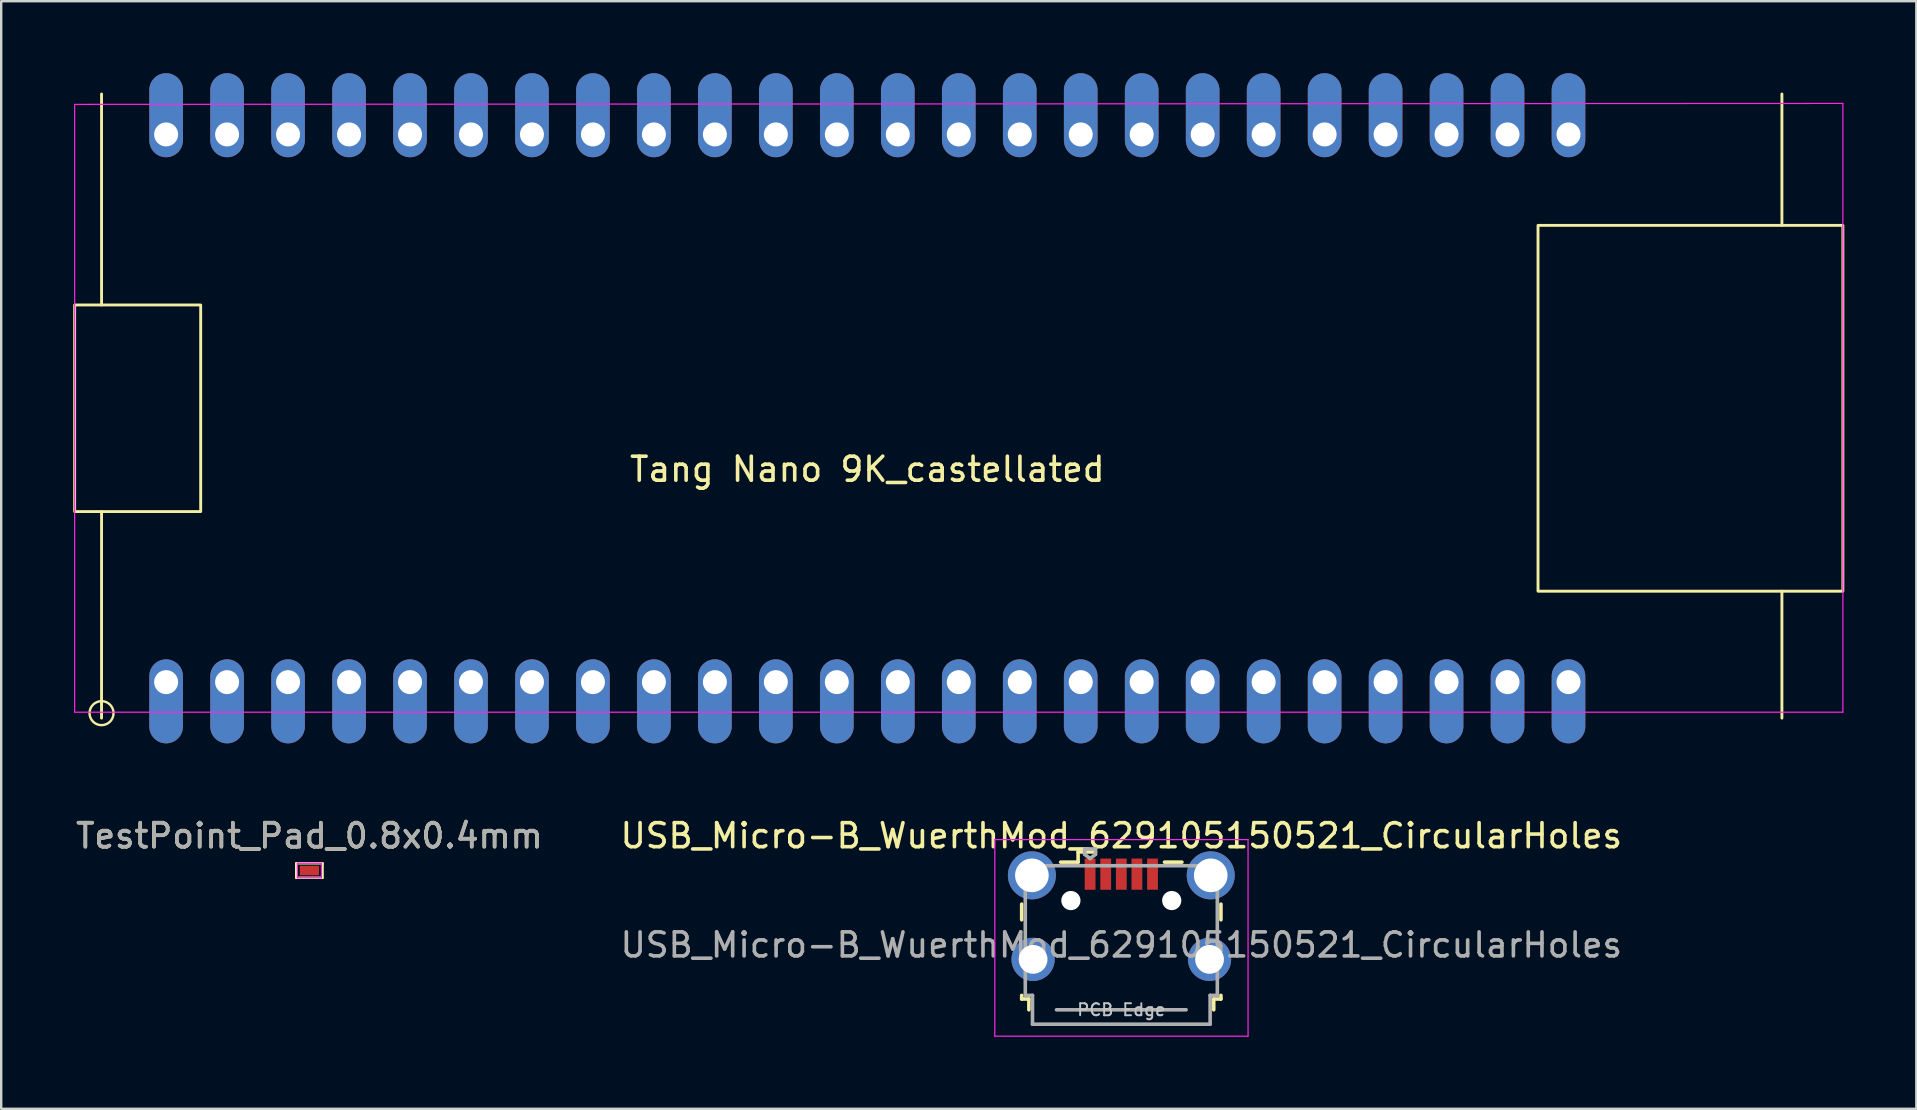
<source format=kicad_pcb>
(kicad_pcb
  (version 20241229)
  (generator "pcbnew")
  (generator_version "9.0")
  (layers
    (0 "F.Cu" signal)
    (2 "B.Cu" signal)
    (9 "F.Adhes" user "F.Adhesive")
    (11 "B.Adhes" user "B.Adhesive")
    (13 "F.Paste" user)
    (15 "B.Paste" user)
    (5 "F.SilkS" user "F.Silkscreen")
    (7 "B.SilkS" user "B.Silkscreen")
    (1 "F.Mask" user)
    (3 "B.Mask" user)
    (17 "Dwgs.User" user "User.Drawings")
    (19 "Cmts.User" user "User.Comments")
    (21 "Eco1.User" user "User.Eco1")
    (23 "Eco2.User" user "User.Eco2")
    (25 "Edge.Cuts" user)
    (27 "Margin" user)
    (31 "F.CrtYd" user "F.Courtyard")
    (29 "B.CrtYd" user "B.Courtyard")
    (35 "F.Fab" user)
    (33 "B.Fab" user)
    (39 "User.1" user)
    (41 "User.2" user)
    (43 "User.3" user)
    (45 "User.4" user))
  (footprint "TestPoint_Pad_0.8x0.4mm"
    (layer "F.Cu")
    (at 9.839 33.215)
    (property "Reference" "TestPoint_Pad_0.8x0.4mm" (at 0 -1.448 0) (layer "F.SilkS") (effects (font (size 1 1) (thickness 0.15))))
    (attr exclude_from_pos_files exclude_from_bom)
    (fp_line (start -0.55 -0.3) (end 0.55 -0.3) (stroke (width 0.1) (type solid)) (layer "F.SilkS"))
    (fp_line (start -0.55 0.3) (end -0.55 -0.3) (stroke (width 0.1) (type solid)) (layer "F.SilkS"))
    (fp_line (start 0.55 -0.3) (end 0.55 0.3) (stroke (width 0.1) (type solid)) (layer "F.SilkS"))
    (fp_line (start 0.55 0.3) (end -0.55 0.3) (stroke (width 0.1) (type solid)) (layer "F.SilkS"))
    (fp_line (start -0.5 -0.3) (end -0.5 0.3) (stroke (width 0.05) (type solid)) (layer "F.CrtYd"))
    (fp_line (start -0.5 -0.3) (end 0.5 -0.3) (stroke (width 0.05) (type solid)) (layer "F.CrtYd"))
    (fp_line (start 0.5 0.3) (end -0.5 0.3) (stroke (width 0.05) (type solid)) (layer "F.CrtYd"))
    (fp_line (start 0.5 0.3) (end 0.5 -0.3) (stroke (width 0.05) (type solid)) (layer "F.CrtYd"))
    (fp_text user "${REFERENCE}" (at 0 -1.45 0) (layer "F.Fab") (effects (font (size 1 1) (thickness 0.15))))
    (pad "1" smd rect (at 0 0) (size 0.8 0.4) (layers "F.Cu" "F.Mask")))
  (footprint "USB_Micro-B_WuerthMod_629105150521_CircularHoles"
    (layer "F.Cu")
    (at 43.661 35.265)
    (property "Reference" "USB_Micro-B_WuerthMod_629105150521_CircularHoles" (at 0 -3.5 0) (layer "F.SilkS") (effects (font (size 1 1) (thickness 0.15))))
    (attr smd)
    (fp_line (start -4.15 -0.65) (end -4.15 0) (stroke (width 0.15) (type solid)) (layer "F.SilkS"))
    (fp_line (start -4.15 3.15) (end -4.15 3.3) (stroke (width 0.15) (type solid)) (layer "F.SilkS"))
    (fp_line (start -4.15 3.3) (end -3.85 3.3) (stroke (width 0.15) (type solid)) (layer "F.SilkS"))
    (fp_line (start -3.85 3.3) (end -3.85 3.75) (stroke (width 0.15) (type solid)) (layer "F.SilkS"))
    (fp_line (start -1.8 -2.825) (end -1.8 -2.4) (stroke (width 0.15) (type solid)) (layer "F.SilkS"))
    (fp_line (start -1.8 -2.4) (end -2.525 -2.4) (stroke (width 0.15) (type solid)) (layer "F.SilkS"))
    (fp_line (start -1.075 -2.825) (end -1.8 -2.825) (stroke (width 0.15) (type solid)) (layer "F.SilkS"))
    (fp_line (start 1.8 -2.4) (end 2.525 -2.4) (stroke (width 0.15) (type solid)) (layer "F.SilkS"))
    (fp_line (start 3.85 3.3) (end 4.15 3.3) (stroke (width 0.15) (type solid)) (layer "F.SilkS"))
    (fp_line (start 3.85 3.75) (end 3.85 3.3) (stroke (width 0.15) (type solid)) (layer "F.SilkS"))
    (fp_line (start 4.15 0) (end 4.15 -0.65) (stroke (width 0.15) (type solid)) (layer "F.SilkS"))
    (fp_line (start 4.15 3.3) (end 4.15 3.15) (stroke (width 0.15) (type solid)) (layer "F.SilkS"))
    (fp_line (start -5.27 -3.34) (end -5.27 4.85) (stroke (width 0.05) (type solid)) (layer "F.CrtYd"))
    (fp_line (start -5.27 4.85) (end 5.28 4.85) (stroke (width 0.05) (type solid)) (layer "F.CrtYd"))
    (fp_line (start 5.28 -3.34) (end -5.27 -3.34) (stroke (width 0.05) (type solid)) (layer "F.CrtYd"))
    (fp_line (start 5.28 4.85) (end 5.28 -3.34) (stroke (width 0.05) (type solid)) (layer "F.CrtYd"))
    (fp_line (start -4 -2.25) (end -4 3.15) (stroke (width 0.15) (type solid)) (layer "F.Fab"))
    (fp_line (start -4 3.15) (end -3.7 3.15) (stroke (width 0.15) (type solid)) (layer "F.Fab"))
    (fp_line (start -3.7 3.15) (end -3.7 4.35) (stroke (width 0.15) (type solid)) (layer "F.Fab"))
    (fp_line (start -3.7 4.35) (end 3.7 4.35) (stroke (width 0.15) (type solid)) (layer "F.Fab"))
    (fp_line (start -2.7 3.75) (end 2.7 3.75) (stroke (width 0.15) (type solid)) (layer "F.Fab"))
    (fp_line (start -1.525 -2.95) (end -1.075 -2.95) (stroke (width 0.15) (type solid)) (layer "F.Fab"))
    (fp_line (start -1.525 -2.725) (end -1.525 -2.95) (stroke (width 0.15) (type solid)) (layer "F.Fab"))
    (fp_line (start -1.3 -2.55) (end -1.525 -2.725) (stroke (width 0.15) (type solid)) (layer "F.Fab"))
    (fp_line (start -1.075 -2.95) (end -1.075 -2.725) (stroke (width 0.15) (type solid)) (layer "F.Fab"))
    (fp_line (start -1.075 -2.725) (end -1.3 -2.55) (stroke (width 0.15) (type solid)) (layer "F.Fab"))
    (fp_line (start 3.7 3.15) (end 4 3.15) (stroke (width 0.15) (type solid)) (layer "F.Fab"))
    (fp_line (start 3.7 4.35) (end 3.7 3.15) (stroke (width 0.15) (type solid)) (layer "F.Fab"))
    (fp_line (start 4 -2.25) (end -4 -2.25) (stroke (width 0.15) (type solid)) (layer "F.Fab"))
    (fp_line (start 4 3.15) (end 4 -2.25) (stroke (width 0.15) (type solid)) (layer "F.Fab"))
    (fp_text user "PCB Edge" (at 0 3.75 0) (layer "Dwgs.User") (effects (font (size 0.5 0.5) (thickness 0.08))))
    (fp_text user "${REFERENCE}" (at 0 1.05 0) (layer "F.Fab") (effects (font (size 1 1) (thickness 0.15))))
    (pad "" np_thru_hole circle (at -2.1 -0.8) (size 0.8 0.8) (drill 0.8) (layers "*.Cu" "*.Mask"))
    (pad "" np_thru_hole circle (at 2.1 -0.8) (size 0.8 0.8) (drill 0.8) (layers "*.Cu" "*.Mask"))
    (pad "1" smd rect (at -1.3 -1.9) (size 0.45 1.3) (layers "F.Cu" "F.Mask" "F.Paste"))
    (pad "2" smd rect (at -0.65 -1.9) (size 0.45 1.3) (layers "F.Cu" "F.Mask" "F.Paste"))
    (pad "3" smd rect (at 0 -1.9) (size 0.45 1.3) (layers "F.Cu" "F.Mask" "F.Paste"))
    (pad "4" smd rect (at 0.65 -1.9) (size 0.45 1.3) (layers "F.Cu" "F.Mask" "F.Paste"))
    (pad "5" smd rect (at 1.3 -1.9) (size 0.45 1.3) (layers "F.Cu" "F.Mask" "F.Paste"))
    (pad "6" thru_hole circle (at -3.725 -1.85) (size 2 2) (drill 1.4) (layers "*.Cu" "*.Mask"))
    (pad "6" thru_hole circle (at -3.675 1.65) (size 1.8 1.8) (drill 1.2) (layers "*.Cu" "*.Mask"))
    (pad "6" thru_hole circle (at 3.675 1.65) (size 1.8 1.8) (drill 1.2) (layers "*.Cu" "*.Mask"))
    (pad "6" thru_hole circle (at 3.725 -1.85) (size 2 2) (drill 1.4) (layers "*.Cu" "*.Mask")))
  (footprint "Tang Nano 9K_castellated"
    (layer "F.Cu")
    (at 33.08 13.958)
    (property "Reference" "Tang Nano 9K_castellated" (at 0 2.54 180) (layer "F.SilkS") (effects (font (size 1 1) (thickness 0.15))))
    (fp_line (start -31.9 -13.092) (end -31.899 -4.303) (stroke (width 0.12) (type solid)) (layer "F.SilkS"))
    (fp_line (start -31.9 12.908) (end -31.899 4.309) (stroke (width 0.12) (type solid)) (layer "F.SilkS"))
    (fp_rect (start -27.77 -4.303) (end -33.02 4.303) (stroke (width 0.12) (type solid)) (fill no) (layer "F.SilkS"))
    (fp_rect (start 27.94 -7.62) (end 40.64 7.62) (stroke (width 0.12) (type solid)) (fill no) (layer "F.SilkS"))
    (fp_rect (start 38.1 -13.092) (end 38.1 -7.62) (stroke (width 0.12) (type solid)) (fill no) (layer "F.SilkS"))
    (fp_rect (start 38.1 12.908) (end 38.1 7.62) (stroke (width 0.12) (type solid)) (fill no) (layer "F.SilkS"))
    (fp_circle (center -31.9 12.7) (end -31.4 12.7) (stroke (width 0.1) (type default)) (fill no) (layer "F.SilkS"))
    (fp_line (start -33.02 -12.66) (end 40.64 -12.7) (stroke (width 0.05) (type solid)) (layer "F.CrtYd"))
    (fp_line (start -33.02 12.66) (end -33.02 -12.66) (stroke (width 0.05) (type solid)) (layer "F.CrtYd"))
    (fp_line (start 40.64 -12.7) (end 40.64 12.66) (stroke (width 0.05) (type solid)) (layer "F.CrtYd"))
    (fp_line (start 40.64 12.66) (end -33.02 12.66) (stroke (width 0.05) (type solid)) (layer "F.CrtYd"))
    (pad "1" thru_hole oval (at -29.21 11.408) (size 1.4 3.5) (drill 1 (offset 0 0.8)) (layers "*.Cu" "*.Mask"))
    (pad "2" thru_hole oval (at -26.67 11.408) (size 1.4 3.5) (drill 1 (offset 0 0.8)) (layers "*.Cu" "*.Mask"))
    (pad "3" thru_hole oval (at -24.13 11.408) (size 1.4 3.5) (drill 1 (offset 0 0.8)) (layers "*.Cu" "*.Mask"))
    (pad "4" thru_hole oval (at -21.59 11.408) (size 1.4 3.5) (drill 1 (offset 0 0.8)) (layers "*.Cu" "*.Mask"))
    (pad "5" thru_hole oval (at -19.05 11.408) (size 1.4 3.5) (drill 1 (offset 0 0.8)) (layers "*.Cu" "*.Mask"))
    (pad "6" thru_hole oval (at -16.51 11.408) (size 1.4 3.5) (drill 1 (offset 0 0.8)) (layers "*.Cu" "*.Mask"))
    (pad "7" thru_hole oval (at -13.97 11.408) (size 1.4 3.5) (drill 1 (offset 0 0.8)) (layers "*.Cu" "*.Mask"))
    (pad "8" thru_hole oval (at -11.43 11.408) (size 1.4 3.5) (drill 1 (offset 0 0.8)) (layers "*.Cu" "*.Mask"))
    (pad "9" thru_hole oval (at -8.89 11.408) (size 1.4 3.5) (drill 1 (offset 0 0.8)) (layers "*.Cu" "*.Mask"))
    (pad "10" thru_hole oval (at -6.35 11.408) (size 1.4 3.5) (drill 1 (offset 0 0.8)) (layers "*.Cu" "*.Mask"))
    (pad "11" thru_hole oval (at -3.81 11.408) (size 1.4 3.5) (drill 1 (offset 0 0.8)) (layers "*.Cu" "*.Mask"))
    (pad "12" thru_hole oval (at -1.27 11.408) (size 1.4 3.5) (drill 1 (offset 0 0.8)) (layers "*.Cu" "*.Mask"))
    (pad "13" thru_hole oval (at 1.27 11.408) (size 1.4 3.5) (drill 1 (offset 0 0.8)) (layers "*.Cu" "*.Mask"))
    (pad "14" thru_hole oval (at 3.81 11.408) (size 1.4 3.5) (drill 1 (offset 0 0.8)) (layers "*.Cu" "*.Mask"))
    (pad "15" thru_hole oval (at 6.35 11.408) (size 1.4 3.5) (drill 1 (offset 0 0.8)) (layers "*.Cu" "*.Mask"))
    (pad "16" thru_hole oval (at 8.89 11.408) (size 1.4 3.5) (drill 1 (offset 0 0.8)) (layers "*.Cu" "*.Mask"))
    (pad "17" thru_hole oval (at 11.43 11.408) (size 1.4 3.5) (drill 1 (offset 0 0.8)) (layers "*.Cu" "*.Mask"))
    (pad "18" thru_hole oval (at 13.97 11.408) (size 1.4 3.5) (drill 1 (offset 0 0.8)) (layers "*.Cu" "*.Mask"))
    (pad "19" thru_hole oval (at 16.51 11.408) (size 1.4 3.5) (drill 1 (offset 0 0.8)) (layers "*.Cu" "*.Mask"))
    (pad "20" thru_hole oval (at 19.05 11.408) (size 1.4 3.5) (drill 1 (offset 0 0.8)) (layers "*.Cu" "*.Mask"))
    (pad "21" thru_hole oval (at 21.59 11.408) (size 1.4 3.5) (drill 1 (offset 0 0.8)) (layers "*.Cu" "*.Mask"))
    (pad "22" thru_hole oval (at 24.13 11.408) (size 1.4 3.5) (drill 1 (offset 0 0.8)) (layers "*.Cu" "*.Mask"))
    (pad "23" thru_hole oval (at 26.67 11.408) (size 1.4 3.5) (drill 1 (offset 0 0.8)) (layers "*.Cu" "*.Mask"))
    (pad "24" thru_hole oval (at 29.21 11.408) (size 1.4 3.5) (drill 1 (offset 0 0.8)) (layers "*.Cu" "*.Mask"))
    (pad "25" thru_hole oval (at 29.21 -11.408) (size 1.4 3.5) (drill 1 (offset 0 -0.8)) (layers "*.Cu" "*.Mask"))
    (pad "26" thru_hole oval (at 26.67 -11.408) (size 1.4 3.5) (drill 1 (offset 0 -0.8)) (layers "*.Cu" "*.Mask"))
    (pad "27" thru_hole oval (at 24.13 -11.408) (size 1.4 3.5) (drill 1 (offset 0 -0.8)) (layers "*.Cu" "*.Mask"))
    (pad "28" thru_hole oval (at 21.59 -11.408) (size 1.4 3.5) (drill 1 (offset 0 -0.8)) (layers "*.Cu" "*.Mask"))
    (pad "29" thru_hole oval (at 19.05 -11.408) (size 1.4 3.5) (drill 1 (offset 0 -0.8)) (layers "*.Cu" "*.Mask"))
    (pad "30" thru_hole oval (at 16.51 -11.408) (size 1.4 3.5) (drill 1 (offset 0 -0.8)) (layers "*.Cu" "*.Mask"))
    (pad "31" thru_hole oval (at 13.97 -11.408) (size 1.4 3.5) (drill 1 (offset 0 -0.8)) (layers "*.Cu" "*.Mask"))
    (pad "32" thru_hole oval (at 11.43 -11.408) (size 1.4 3.5) (drill 1 (offset 0 -0.8)) (layers "*.Cu" "*.Mask"))
    (pad "33" thru_hole oval (at 8.89 -11.408) (size 1.4 3.5) (drill 1 (offset 0 -0.8)) (layers "*.Cu" "*.Mask"))
    (pad "34" thru_hole oval (at 6.35 -11.408) (size 1.4 3.5) (drill 1 (offset 0 -0.8)) (layers "*.Cu" "*.Mask"))
    (pad "35" thru_hole oval (at 3.81 -11.408) (size 1.4 3.5) (drill 1 (offset 0 -0.8)) (layers "*.Cu" "*.Mask"))
    (pad "36" thru_hole oval (at 1.27 -11.408) (size 1.4 3.5) (drill 1 (offset 0 -0.8)) (layers "*.Cu" "*.Mask"))
    (pad "37" thru_hole oval (at -1.27 -11.408) (size 1.4 3.5) (drill 1 (offset 0 -0.8)) (layers "*.Cu" "*.Mask"))
    (pad "38" thru_hole oval (at -3.81 -11.408) (size 1.4 3.5) (drill 1 (offset 0 -0.8)) (layers "*.Cu" "*.Mask"))
    (pad "39" thru_hole oval (at -6.35 -11.408) (size 1.4 3.5) (drill 1 (offset 0 -0.8)) (layers "*.Cu" "*.Mask"))
    (pad "40" thru_hole oval (at -8.89 -11.408) (size 1.4 3.5) (drill 1 (offset 0 -0.8)) (layers "*.Cu" "*.Mask"))
    (pad "41" thru_hole oval (at -11.43 -11.408) (size 1.4 3.5) (drill 1 (offset 0 -0.8)) (layers "*.Cu" "*.Mask"))
    (pad "42" thru_hole oval (at -13.97 -11.408) (size 1.4 3.5) (drill 1 (offset 0 -0.8)) (layers "*.Cu" "*.Mask"))
    (pad "43" thru_hole oval (at -16.51 -11.408) (size 1.4 3.5) (drill 1 (offset 0 -0.8)) (layers "*.Cu" "*.Mask"))
    (pad "44" thru_hole oval (at -19.05 -11.408) (size 1.4 3.5) (drill 1 (offset 0 -0.8)) (layers "*.Cu" "*.Mask"))
    (pad "45" thru_hole oval (at -21.59 -11.408) (size 1.4 3.5) (drill 1 (offset 0 -0.8)) (layers "*.Cu" "*.Mask"))
    (pad "46" thru_hole oval (at -24.13 -11.408) (size 1.4 3.5) (drill 1 (offset 0 -0.8)) (layers "*.Cu" "*.Mask"))
    (pad "47" thru_hole oval (at -26.67 -11.408) (size 1.4 3.5) (drill 1 (offset 0 -0.8)) (layers "*.Cu" "*.Mask"))
    (pad "48" thru_hole oval (at -29.21 -11.408) (size 1.4 3.5) (drill 1 (offset 0 -0.8)) (layers "*.Cu" "*.Mask")))
  (gr_rect
    (start -3 -3)
    (end 76.78 43.14)
    (stroke (width 0.1) (type default))
    (fill no)
    (layer "Edge.Cuts")))
</source>
